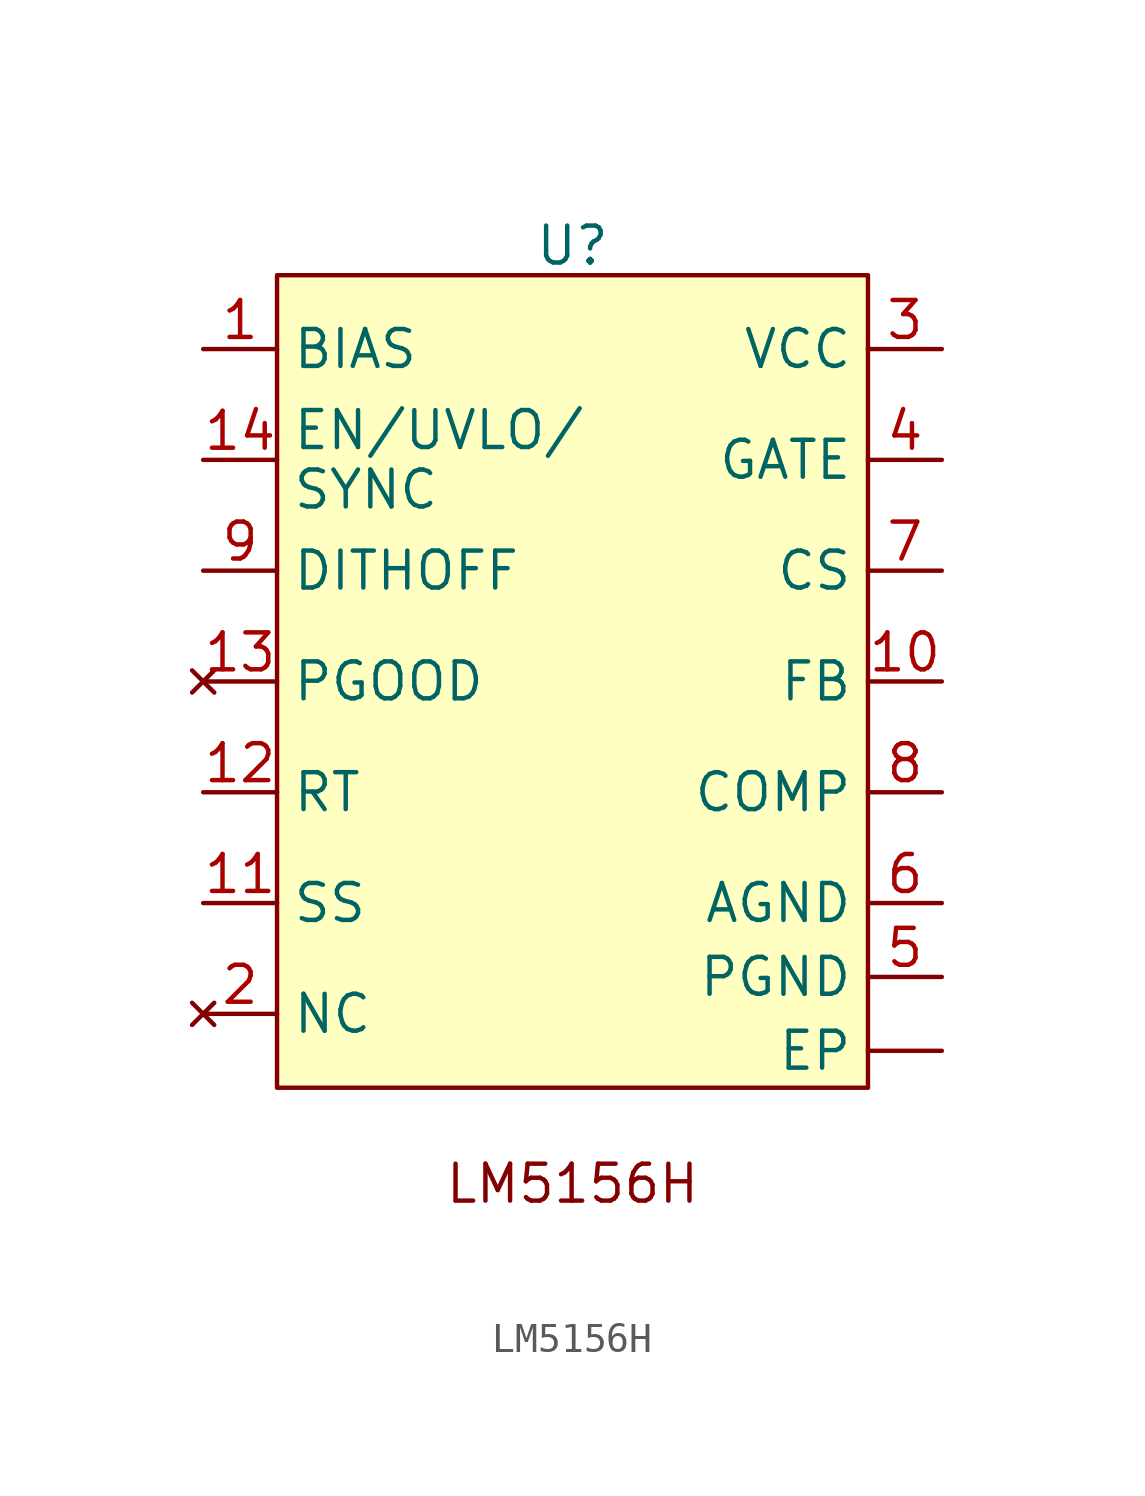
<source format=kicad_sym>
(kicad_symbol_lib
  (version 20231120)
  (generator "kicad_symbol_editor")
  (generator_version "8.0")
  (symbol "LM5156H"
    (property "Reference" "U"
      (at 0 14.986 0)
      (effects (font (size 1.27 1.27))))
    (property "Value" ""
      (at 0 8.89 0)
      (effects (font (size 1.27 1.27))))
    (symbol "LM5156H_1_1"
      (rectangle (start -10.16 13.97) (end 10.16 -13.97) (stroke (width 0) (type default)) (fill (type background)))
      (text "LM5156H" (at 0 -17.272 0) (effects (font (size 1.27 1.27))))
      (pin unspecified line (at 12.7 -12.7 180) (length 2.54) (name "EP" (effects (font (size 1.27 1.27)))) (number "" (effects (font (size 1.27 1.27)))))
      (pin power_in line (at -12.7 11.43 0) (length 2.54) (name "BIAS" (effects (font (size 1.27 1.27)))) (number "1" (effects (font (size 1.27 1.27)))))
      (pin input line (at 12.7 0 180) (length 2.54) (name "FB" (effects (font (size 1.27 1.27)))) (number "10" (effects (font (size 1.27 1.27)))))
      (pin input line (at -12.7 -7.62 0) (length 2.54) (name "SS" (effects (font (size 1.27 1.27)))) (number "11" (effects (font (size 1.27 1.27)))))
      (pin input line (at -12.7 -3.81 0) (length 2.54) (name "RT" (effects (font (size 1.27 1.27)))) (number "12" (effects (font (size 1.27 1.27)))))
      (pin no_connect line (at -12.7 0 0) (length 2.54) (name "PGOOD" (effects (font (size 1.27 1.27)))) (number "13" (effects (font (size 1.27 1.27)))))
      (pin input line (at -12.7 7.62 0) (length 2.54) (name "EN/UVLO/\nSYNC" (effects (font (size 1.27 1.27)))) (number "14" (effects (font (size 1.27 1.27)))))
      (pin no_connect line (at -12.7 -11.43 0) (length 2.54) (name "NC" (effects (font (size 1.27 1.27)))) (number "2" (effects (font (size 1.27 1.27)))))
      (pin power_in line (at 12.7 11.43 180) (length 2.54) (name "VCC" (effects (font (size 1.27 1.27)))) (number "3" (effects (font (size 1.27 1.27)))))
      (pin output line (at 12.7 7.62 180) (length 2.54) (name "GATE" (effects (font (size 1.27 1.27)))) (number "4" (effects (font (size 1.27 1.27)))))
      (pin power_out line (at 12.7 -10.16 180) (length 2.54) (name "PGND" (effects (font (size 1.27 1.27)))) (number "5" (effects (font (size 1.27 1.27)))))
      (pin power_out line (at 12.7 -7.62 180) (length 2.54) (name "AGND" (effects (font (size 1.27 1.27)))) (number "6" (effects (font (size 1.27 1.27)))))
      (pin input line (at 12.7 3.81 180) (length 2.54) (name "CS" (effects (font (size 1.27 1.27)))) (number "7" (effects (font (size 1.27 1.27)))))
      (pin output line (at 12.7 -3.81 180) (length 2.54) (name "COMP" (effects (font (size 1.27 1.27)))) (number "8" (effects (font (size 1.27 1.27)))))
      (pin input line (at -12.7 3.81 0) (length 2.54) (name "DITHOFF" (effects (font (size 1.27 1.27)))) (number "9" (effects (font (size 1.27 1.27))))))))
</source>
